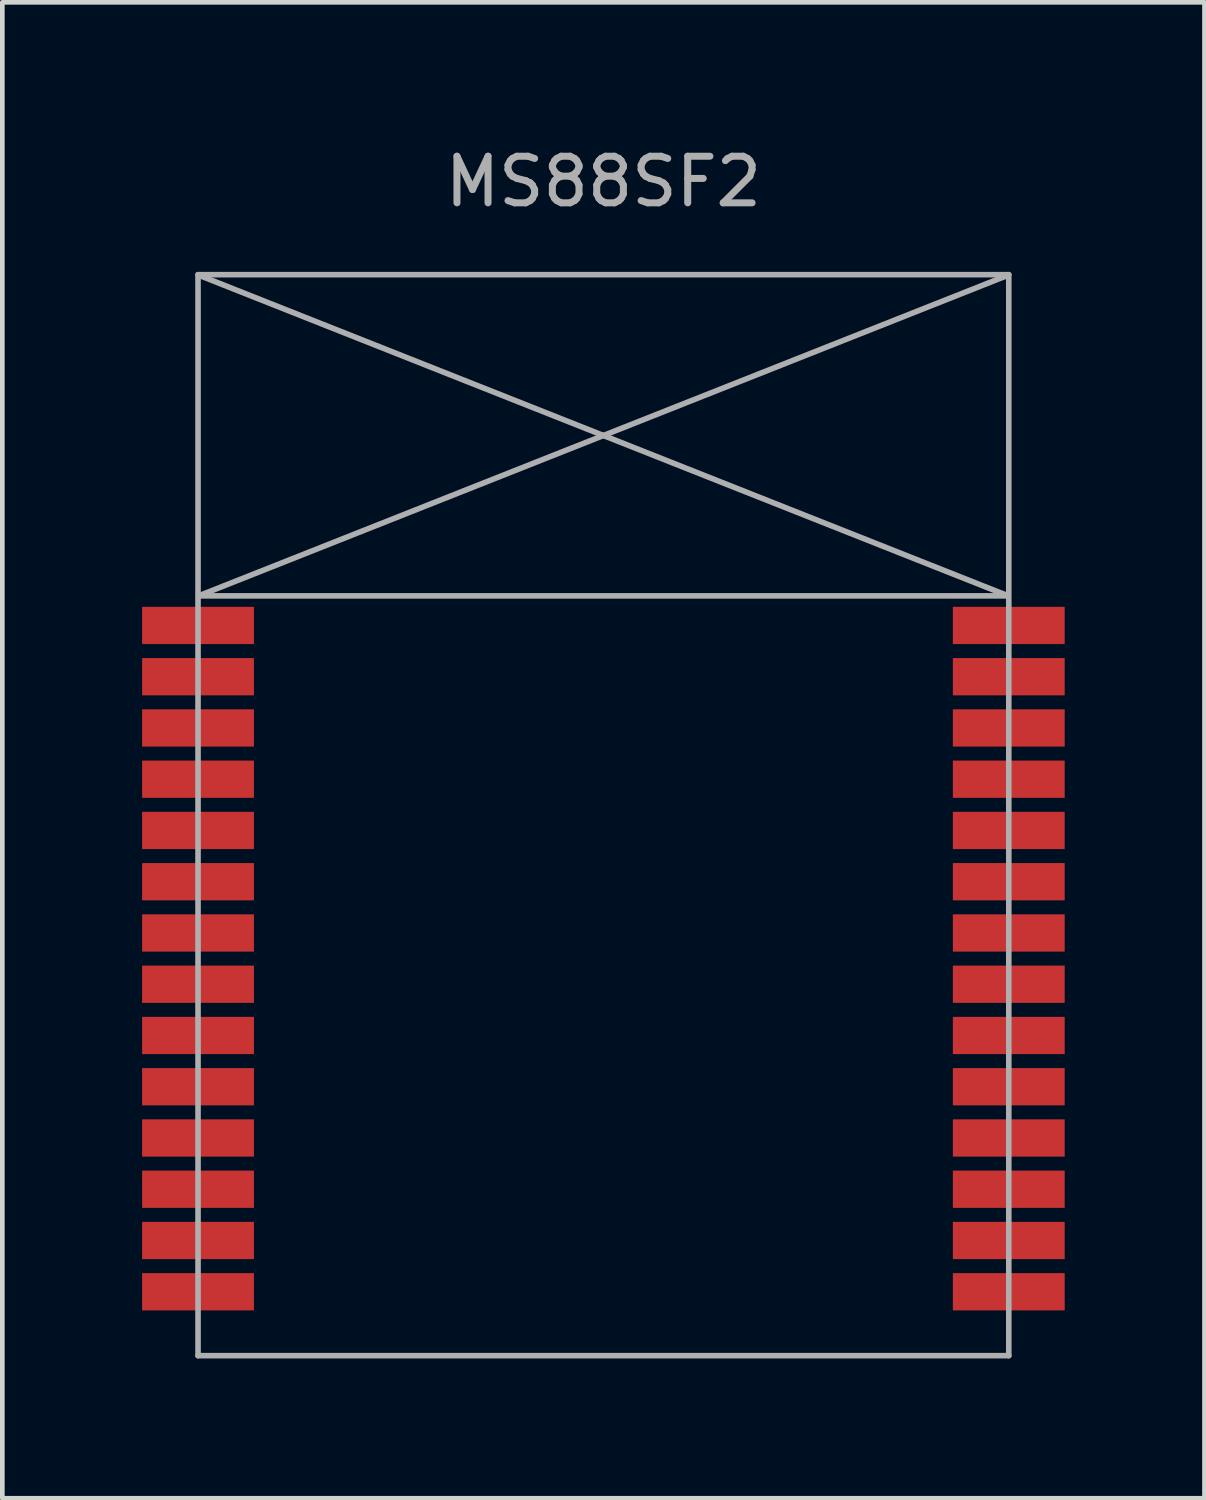
<source format=kicad_pcb>
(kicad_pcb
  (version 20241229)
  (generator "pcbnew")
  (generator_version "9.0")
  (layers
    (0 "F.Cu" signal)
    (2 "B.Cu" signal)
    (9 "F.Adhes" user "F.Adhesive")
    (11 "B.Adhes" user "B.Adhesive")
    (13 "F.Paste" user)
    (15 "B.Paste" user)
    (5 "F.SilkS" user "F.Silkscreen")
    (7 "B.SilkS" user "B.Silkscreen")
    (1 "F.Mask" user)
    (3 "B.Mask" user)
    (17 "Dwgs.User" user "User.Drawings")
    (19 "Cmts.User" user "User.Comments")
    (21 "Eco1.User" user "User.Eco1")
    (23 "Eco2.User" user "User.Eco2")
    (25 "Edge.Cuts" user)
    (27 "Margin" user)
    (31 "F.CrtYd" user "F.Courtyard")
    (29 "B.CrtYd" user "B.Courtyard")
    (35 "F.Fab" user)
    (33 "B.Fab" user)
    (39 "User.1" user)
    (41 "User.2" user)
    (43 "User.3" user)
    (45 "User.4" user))
  (footprint "MS88SF2"
    (layer "F.Cu")
    (at 9.9 17.358)
    (property "Reference" "MS88SF2" (at 0 -16.51 180) (layer "F.Fab") (effects (font (size 1 1) (thickness 0.15))))
    (attr through_hole)
    (fp_line (start -8.7 -14.513) (end 8.7 -14.513) (stroke (width 0.12) (type solid)) (layer "F.Fab"))
    (fp_line (start -8.7 8.687) (end -8.7 -14.513) (stroke (width 0.12) (type solid)) (layer "F.Fab"))
    (fp_line (start -8.7 8.687) (end 8.7 8.687) (stroke (width 0.12) (type solid)) (layer "F.Fab"))
    (fp_line (start -8.687 -7.62) (end 8.687 -7.62) (stroke (width 0.12) (type solid)) (layer "F.Fab"))
    (fp_line (start 8.687 -14.503) (end -8.687 -7.62) (stroke (width 0.12) (type solid)) (layer "F.Fab"))
    (fp_line (start 8.687 -7.62) (end -8.687 -14.503) (stroke (width 0.12) (type solid)) (layer "F.Fab"))
    (fp_line (start 8.7 8.687) (end 8.7 -14.513) (stroke (width 0.12) (type solid)) (layer "F.Fab"))
    (pad "1" smd rect (at -8.7 -6.985) (size 2.4 0.8) (layers "F.Cu" "F.Mask" "F.Paste"))
    (pad "2" smd rect (at -8.7 -5.885) (size 2.4 0.8) (layers "F.Cu" "F.Mask" "F.Paste"))
    (pad "3" smd rect (at -8.7 -4.785) (size 2.4 0.8) (layers "F.Cu" "F.Mask" "F.Paste"))
    (pad "4" smd rect (at -8.7 -3.685) (size 2.4 0.8) (layers "F.Cu" "F.Mask" "F.Paste"))
    (pad "5" smd rect (at -8.7 -2.585) (size 2.4 0.8) (layers "F.Cu" "F.Mask" "F.Paste"))
    (pad "6" smd rect (at -8.7 -1.485) (size 2.4 0.8) (layers "F.Cu" "F.Mask" "F.Paste"))
    (pad "7" smd rect (at -8.7 -0.385) (size 2.4 0.8) (layers "F.Cu" "F.Mask" "F.Paste"))
    (pad "8" smd rect (at -8.7 0.715) (size 2.4 0.8) (layers "F.Cu" "F.Mask" "F.Paste"))
    (pad "9" smd rect (at -8.7 1.815) (size 2.4 0.8) (layers "F.Cu" "F.Mask" "F.Paste"))
    (pad "10" smd rect (at -8.7 2.915) (size 2.4 0.8) (layers "F.Cu" "F.Mask" "F.Paste"))
    (pad "11" smd rect (at -8.7 4.015) (size 2.4 0.8) (layers "F.Cu" "F.Mask" "F.Paste"))
    (pad "12" smd rect (at -8.7 5.115) (size 2.4 0.8) (layers "F.Cu" "F.Mask" "F.Paste"))
    (pad "13" smd rect (at -8.7 6.215) (size 2.4 0.8) (layers "F.Cu" "F.Mask" "F.Paste"))
    (pad "14" smd rect (at -8.7 7.315) (size 2.4 0.8) (layers "F.Cu" "F.Mask" "F.Paste"))
    (pad "15" smd rect (at 8.7 7.315) (size 2.4 0.8) (layers "F.Cu" "F.Mask" "F.Paste"))
    (pad "16" smd rect (at 8.7 6.215) (size 2.4 0.8) (layers "F.Cu" "F.Mask" "F.Paste"))
    (pad "17" smd rect (at 8.7 5.115) (size 2.4 0.8) (layers "F.Cu" "F.Mask" "F.Paste"))
    (pad "18" smd rect (at 8.7 4.015) (size 2.4 0.8) (layers "F.Cu" "F.Mask" "F.Paste"))
    (pad "19" smd rect (at 8.7 2.915) (size 2.4 0.8) (layers "F.Cu" "F.Mask" "F.Paste"))
    (pad "20" smd rect (at 8.7 1.815) (size 2.4 0.8) (layers "F.Cu" "F.Mask" "F.Paste"))
    (pad "21" smd rect (at 8.7 0.715) (size 2.4 0.8) (layers "F.Cu" "F.Mask" "F.Paste"))
    (pad "22" smd rect (at 8.7 -0.385) (size 2.4 0.8) (layers "F.Cu" "F.Mask" "F.Paste"))
    (pad "23" smd rect (at 8.7 -1.485) (size 2.4 0.8) (layers "F.Cu" "F.Mask" "F.Paste"))
    (pad "24" smd rect (at 8.7 -2.585) (size 2.4 0.8) (layers "F.Cu" "F.Mask" "F.Paste"))
    (pad "25" smd rect (at 8.7 -3.685) (size 2.4 0.8) (layers "F.Cu" "F.Mask" "F.Paste"))
    (pad "26" smd rect (at 8.7 -4.785) (size 2.4 0.8) (layers "F.Cu" "F.Mask" "F.Paste"))
    (pad "27" smd rect (at 8.7 -5.885) (size 2.4 0.8) (layers "F.Cu" "F.Mask" "F.Paste"))
    (pad "28" smd rect (at 8.7 -6.985) (size 2.4 0.8) (layers "F.Cu" "F.Mask" "F.Paste")))
  (gr_rect
    (start -3 -3)
    (end 22.8 29.105)
    (stroke (width 0.1) (type default))
    (fill no)
    (layer "Edge.Cuts")))
</source>
